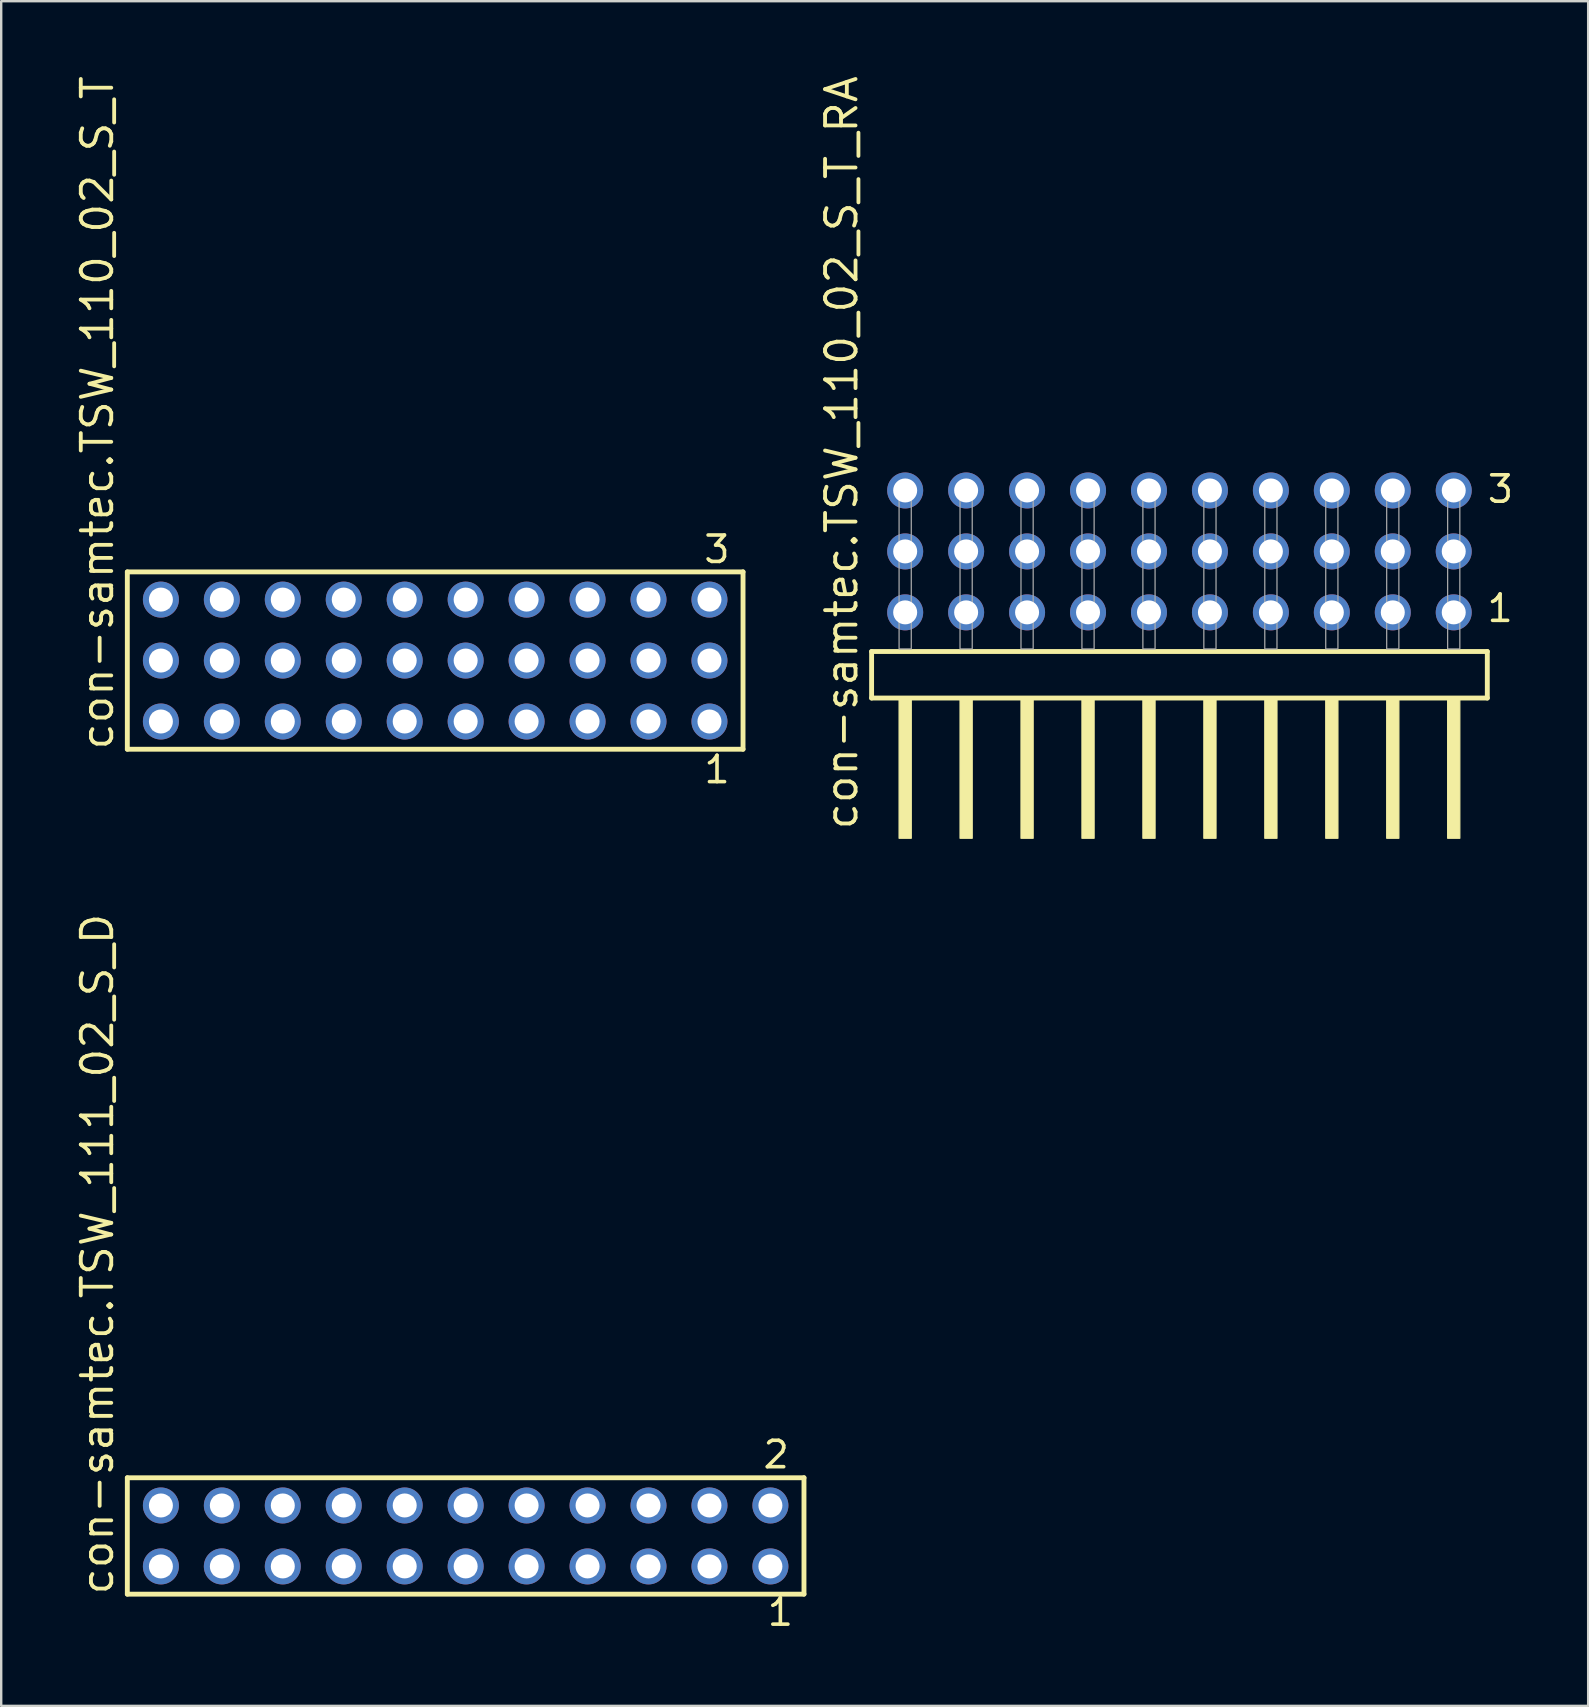
<source format=kicad_pcb>
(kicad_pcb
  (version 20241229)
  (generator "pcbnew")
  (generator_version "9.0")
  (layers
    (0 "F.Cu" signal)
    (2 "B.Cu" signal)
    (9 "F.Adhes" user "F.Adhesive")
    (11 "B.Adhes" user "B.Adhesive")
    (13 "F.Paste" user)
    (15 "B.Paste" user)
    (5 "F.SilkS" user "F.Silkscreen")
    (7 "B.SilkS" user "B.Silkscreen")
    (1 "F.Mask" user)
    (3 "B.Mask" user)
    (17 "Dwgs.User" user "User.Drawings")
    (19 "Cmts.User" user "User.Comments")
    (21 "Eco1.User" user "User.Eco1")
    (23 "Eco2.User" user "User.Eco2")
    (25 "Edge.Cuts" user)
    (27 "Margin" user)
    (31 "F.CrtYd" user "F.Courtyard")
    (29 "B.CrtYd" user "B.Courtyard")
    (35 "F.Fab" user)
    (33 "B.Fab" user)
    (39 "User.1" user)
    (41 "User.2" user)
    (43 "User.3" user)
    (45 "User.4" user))
  (footprint "con-samtec.TSW_110_02_S_T_RA"
    (layer "F.Cu")
    (at 46.101 23.993)
    (property "Reference" "con-samtec.TSW_110_02_S_T_RA" (at -13.335 7.62 90) (layer "F.SilkS") (effects (font (size 1.27 1.27) (thickness 0.16)) (justify left bottom)))
    (attr through_hole)
    (fp_line (start -12.829 0.106) (end -12.829 2.046) (stroke (width 0.203) (type default)) (layer "F.SilkS"))
    (fp_line (start -12.829 2.046) (end 12.829 2.046) (stroke (width 0.203) (type default)) (layer "F.SilkS"))
    (fp_line (start 12.829 0.106) (end -12.829 0.106) (stroke (width 0.203) (type default)) (layer "F.SilkS"))
    (fp_line (start 12.829 2.046) (end 12.829 0.106) (stroke (width 0.203) (type default)) (layer "F.SilkS"))
    (fp_rect (start -11.684 7.89) (end -11.176 2.04) (stroke (width 0.05) (type default)) (fill yes) (layer "F.SilkS"))
    (fp_rect (start -9.144 7.89) (end -8.636 2.04) (stroke (width 0.05) (type default)) (fill yes) (layer "F.SilkS"))
    (fp_rect (start -6.604 7.89) (end -6.096 2.04) (stroke (width 0.05) (type default)) (fill yes) (layer "F.SilkS"))
    (fp_rect (start -4.064 7.89) (end -3.556 2.04) (stroke (width 0.05) (type default)) (fill yes) (layer "F.SilkS"))
    (fp_rect (start -1.524 7.89) (end -1.016 2.04) (stroke (width 0.05) (type default)) (fill yes) (layer "F.SilkS"))
    (fp_rect (start 1.016 7.89) (end 1.524 2.04) (stroke (width 0.05) (type default)) (fill yes) (layer "F.SilkS"))
    (fp_rect (start 3.556 7.89) (end 4.064 2.04) (stroke (width 0.05) (type default)) (fill yes) (layer "F.SilkS"))
    (fp_rect (start 6.096 7.89) (end 6.604 2.04) (stroke (width 0.05) (type default)) (fill yes) (layer "F.SilkS"))
    (fp_rect (start 8.636 7.89) (end 9.144 2.04) (stroke (width 0.05) (type default)) (fill yes) (layer "F.SilkS"))
    (fp_rect (start 11.176 7.89) (end 11.684 2.04) (stroke (width 0.05) (type default)) (fill yes) (layer "F.SilkS"))
    (fp_rect (start -11.684 0) (end -11.176 -6.858) (stroke (width 0.05) (type default)) (fill no) (layer "F.Fab"))
    (fp_rect (start -9.144 0) (end -8.636 -6.858) (stroke (width 0.05) (type default)) (fill no) (layer "F.Fab"))
    (fp_rect (start -6.604 0) (end -6.096 -6.858) (stroke (width 0.05) (type default)) (fill no) (layer "F.Fab"))
    (fp_rect (start -4.064 0) (end -3.556 -6.858) (stroke (width 0.05) (type default)) (fill no) (layer "F.Fab"))
    (fp_rect (start -1.524 0) (end -1.016 -6.858) (stroke (width 0.05) (type default)) (fill no) (layer "F.Fab"))
    (fp_rect (start 1.016 0) (end 1.524 -6.858) (stroke (width 0.05) (type default)) (fill no) (layer "F.Fab"))
    (fp_rect (start 3.556 0) (end 4.064 -6.858) (stroke (width 0.05) (type default)) (fill no) (layer "F.Fab"))
    (fp_rect (start 6.096 0) (end 6.604 -6.858) (stroke (width 0.05) (type default)) (fill no) (layer "F.Fab"))
    (fp_rect (start 8.636 0) (end 9.144 -6.858) (stroke (width 0.05) (type default)) (fill no) (layer "F.Fab"))
    (fp_rect (start 11.176 0) (end 11.684 -6.858) (stroke (width 0.05) (type default)) (fill no) (layer "F.Fab"))
    (fp_text user "3" (at 12.755 -6.015 0) (layer "F.SilkS") (effects (font (size 1.1 1.1) (thickness 0.15)) (justify left bottom)))
    (fp_text user "1" (at 12.74 -1.05 0) (layer "F.SilkS") (effects (font (size 1.1 1.1) (thickness 0.15)) (justify left bottom)))
    (pad "1" thru_hole circle (at 11.43 -1.524 180) (size 1.5 1.5) (drill 1) (layers "*.Cu" "*.Mask"))
    (pad "2" thru_hole circle (at 11.43 -4.064 180) (size 1.5 1.5) (drill 1) (layers "*.Cu" "*.Mask"))
    (pad "3" thru_hole circle (at 11.43 -6.604 180) (size 1.5 1.5) (drill 1) (layers "*.Cu" "*.Mask"))
    (pad "4" thru_hole circle (at 8.89 -1.524 180) (size 1.5 1.5) (drill 1) (layers "*.Cu" "*.Mask"))
    (pad "5" thru_hole circle (at 8.89 -4.064 180) (size 1.5 1.5) (drill 1) (layers "*.Cu" "*.Mask"))
    (pad "6" thru_hole circle (at 8.89 -6.604 180) (size 1.5 1.5) (drill 1) (layers "*.Cu" "*.Mask"))
    (pad "7" thru_hole circle (at 6.35 -1.524 180) (size 1.5 1.5) (drill 1) (layers "*.Cu" "*.Mask"))
    (pad "8" thru_hole circle (at 6.35 -4.064 180) (size 1.5 1.5) (drill 1) (layers "*.Cu" "*.Mask"))
    (pad "9" thru_hole circle (at 6.35 -6.604 180) (size 1.5 1.5) (drill 1) (layers "*.Cu" "*.Mask"))
    (pad "10" thru_hole circle (at 3.81 -1.524 180) (size 1.5 1.5) (drill 1) (layers "*.Cu" "*.Mask"))
    (pad "11" thru_hole circle (at 3.81 -4.064 180) (size 1.5 1.5) (drill 1) (layers "*.Cu" "*.Mask"))
    (pad "12" thru_hole circle (at 3.81 -6.604 180) (size 1.5 1.5) (drill 1) (layers "*.Cu" "*.Mask"))
    (pad "13" thru_hole circle (at 1.27 -1.524 180) (size 1.5 1.5) (drill 1) (layers "*.Cu" "*.Mask"))
    (pad "14" thru_hole circle (at 1.27 -4.064 180) (size 1.5 1.5) (drill 1) (layers "*.Cu" "*.Mask"))
    (pad "15" thru_hole circle (at 1.27 -6.604 180) (size 1.5 1.5) (drill 1) (layers "*.Cu" "*.Mask"))
    (pad "16" thru_hole circle (at -1.27 -1.524 180) (size 1.5 1.5) (drill 1) (layers "*.Cu" "*.Mask"))
    (pad "17" thru_hole circle (at -1.27 -4.064 180) (size 1.5 1.5) (drill 1) (layers "*.Cu" "*.Mask"))
    (pad "18" thru_hole circle (at -1.27 -6.604 180) (size 1.5 1.5) (drill 1) (layers "*.Cu" "*.Mask"))
    (pad "19" thru_hole circle (at -3.81 -1.524 180) (size 1.5 1.5) (drill 1) (layers "*.Cu" "*.Mask"))
    (pad "20" thru_hole circle (at -3.81 -4.064 180) (size 1.5 1.5) (drill 1) (layers "*.Cu" "*.Mask"))
    (pad "21" thru_hole circle (at -3.81 -6.604 180) (size 1.5 1.5) (drill 1) (layers "*.Cu" "*.Mask"))
    (pad "22" thru_hole circle (at -6.35 -1.524 180) (size 1.5 1.5) (drill 1) (layers "*.Cu" "*.Mask"))
    (pad "23" thru_hole circle (at -6.35 -4.064 180) (size 1.5 1.5) (drill 1) (layers "*.Cu" "*.Mask"))
    (pad "24" thru_hole circle (at -6.35 -6.604 180) (size 1.5 1.5) (drill 1) (layers "*.Cu" "*.Mask"))
    (pad "25" thru_hole circle (at -8.89 -1.524 180) (size 1.5 1.5) (drill 1) (layers "*.Cu" "*.Mask"))
    (pad "26" thru_hole circle (at -8.89 -4.064 180) (size 1.5 1.5) (drill 1) (layers "*.Cu" "*.Mask"))
    (pad "27" thru_hole circle (at -8.89 -6.604 180) (size 1.5 1.5) (drill 1) (layers "*.Cu" "*.Mask"))
    (pad "28" thru_hole circle (at -11.43 -1.524 180) (size 1.5 1.5) (drill 1) (layers "*.Cu" "*.Mask"))
    (pad "29" thru_hole circle (at -11.43 -4.064 180) (size 1.5 1.5) (drill 1) (layers "*.Cu" "*.Mask"))
    (pad "30" thru_hole circle (at -11.43 -6.604 180) (size 1.5 1.5) (drill 1) (layers "*.Cu" "*.Mask")))
  (footprint "con-samtec.TSW_111_02_S_D"
    (layer "F.Cu")
    (at 16.355 60.957)
    (property "Reference" "con-samtec.TSW_111_02_S_D" (at -14.605 2.54 90) (layer "F.SilkS") (effects (font (size 1.27 1.27) (thickness 0.16)) (justify left bottom)))
    (attr through_hole)
    (fp_line (start -14.099 -2.425) (end 14.099 -2.425) (stroke (width 0.203) (type default)) (layer "F.SilkS"))
    (fp_line (start -14.099 2.425) (end -14.099 -2.425) (stroke (width 0.203) (type default)) (layer "F.SilkS"))
    (fp_line (start 14.099 -2.425) (end 14.099 2.425) (stroke (width 0.203) (type default)) (layer "F.SilkS"))
    (fp_line (start 14.099 2.425) (end -14.099 2.425) (stroke (width 0.203) (type default)) (layer "F.SilkS"))
    (fp_rect (start -13.05 -0.92) (end -12.35 -1.62) (stroke (width 0.05) (type default)) (fill no) (layer "F.Fab"))
    (fp_rect (start -13.05 1.62) (end -12.35 0.92) (stroke (width 0.05) (type default)) (fill no) (layer "F.Fab"))
    (fp_rect (start -10.51 -0.92) (end -9.81 -1.62) (stroke (width 0.05) (type default)) (fill no) (layer "F.Fab"))
    (fp_rect (start -10.51 1.62) (end -9.81 0.92) (stroke (width 0.05) (type default)) (fill no) (layer "F.Fab"))
    (fp_rect (start -7.97 -0.92) (end -7.27 -1.62) (stroke (width 0.05) (type default)) (fill no) (layer "F.Fab"))
    (fp_rect (start -7.97 1.62) (end -7.27 0.92) (stroke (width 0.05) (type default)) (fill no) (layer "F.Fab"))
    (fp_rect (start -5.43 -0.92) (end -4.73 -1.62) (stroke (width 0.05) (type default)) (fill no) (layer "F.Fab"))
    (fp_rect (start -5.43 1.62) (end -4.73 0.92) (stroke (width 0.05) (type default)) (fill no) (layer "F.Fab"))
    (fp_rect (start -2.89 -0.92) (end -2.19 -1.62) (stroke (width 0.05) (type default)) (fill no) (layer "F.Fab"))
    (fp_rect (start -2.89 1.62) (end -2.19 0.92) (stroke (width 0.05) (type default)) (fill no) (layer "F.Fab"))
    (fp_rect (start -0.35 -0.92) (end 0.35 -1.62) (stroke (width 0.05) (type default)) (fill no) (layer "F.Fab"))
    (fp_rect (start -0.35 1.62) (end 0.35 0.92) (stroke (width 0.05) (type default)) (fill no) (layer "F.Fab"))
    (fp_rect (start 2.19 -0.92) (end 2.89 -1.62) (stroke (width 0.05) (type default)) (fill no) (layer "F.Fab"))
    (fp_rect (start 2.19 1.62) (end 2.89 0.92) (stroke (width 0.05) (type default)) (fill no) (layer "F.Fab"))
    (fp_rect (start 4.73 -0.92) (end 5.43 -1.62) (stroke (width 0.05) (type default)) (fill no) (layer "F.Fab"))
    (fp_rect (start 4.73 1.62) (end 5.43 0.92) (stroke (width 0.05) (type default)) (fill no) (layer "F.Fab"))
    (fp_rect (start 7.27 -0.92) (end 7.97 -1.62) (stroke (width 0.05) (type default)) (fill no) (layer "F.Fab"))
    (fp_rect (start 7.27 1.62) (end 7.97 0.92) (stroke (width 0.05) (type default)) (fill no) (layer "F.Fab"))
    (fp_rect (start 9.81 -0.92) (end 10.51 -1.62) (stroke (width 0.05) (type default)) (fill no) (layer "F.Fab"))
    (fp_rect (start 9.81 1.62) (end 10.51 0.92) (stroke (width 0.05) (type default)) (fill no) (layer "F.Fab"))
    (fp_rect (start 12.35 -0.92) (end 13.05 -1.62) (stroke (width 0.05) (type default)) (fill no) (layer "F.Fab"))
    (fp_rect (start 12.35 1.62) (end 13.05 0.92) (stroke (width 0.05) (type default)) (fill no) (layer "F.Fab"))
    (fp_text user "2" (at 12.317 -2.744 0) (layer "F.SilkS") (effects (font (size 1.1 1.1) (thickness 0.15)) (justify left bottom)))
    (fp_text user "1" (at 12.492 3.818 0) (layer "F.SilkS") (effects (font (size 1.1 1.1) (thickness 0.15)) (justify left bottom)))
    (pad "1" thru_hole circle (at 12.7 1.27 180) (size 1.5 1.5) (drill 1) (layers "*.Cu" "*.Mask"))
    (pad "2" thru_hole circle (at 12.7 -1.27 180) (size 1.5 1.5) (drill 1) (layers "*.Cu" "*.Mask"))
    (pad "3" thru_hole circle (at 10.16 1.27 180) (size 1.5 1.5) (drill 1) (layers "*.Cu" "*.Mask"))
    (pad "4" thru_hole circle (at 10.16 -1.27 180) (size 1.5 1.5) (drill 1) (layers "*.Cu" "*.Mask"))
    (pad "5" thru_hole circle (at 7.62 1.27 180) (size 1.5 1.5) (drill 1) (layers "*.Cu" "*.Mask"))
    (pad "6" thru_hole circle (at 7.62 -1.27 180) (size 1.5 1.5) (drill 1) (layers "*.Cu" "*.Mask"))
    (pad "7" thru_hole circle (at 5.08 1.27 180) (size 1.5 1.5) (drill 1) (layers "*.Cu" "*.Mask"))
    (pad "8" thru_hole circle (at 5.08 -1.27 180) (size 1.5 1.5) (drill 1) (layers "*.Cu" "*.Mask"))
    (pad "9" thru_hole circle (at 2.54 1.27 180) (size 1.5 1.5) (drill 1) (layers "*.Cu" "*.Mask"))
    (pad "10" thru_hole circle (at 2.54 -1.27 180) (size 1.5 1.5) (drill 1) (layers "*.Cu" "*.Mask"))
    (pad "11" thru_hole circle (at 0 1.27 180) (size 1.5 1.5) (drill 1) (layers "*.Cu" "*.Mask"))
    (pad "12" thru_hole circle (at 0 -1.27 180) (size 1.5 1.5) (drill 1) (layers "*.Cu" "*.Mask"))
    (pad "13" thru_hole circle (at -2.54 1.27 180) (size 1.5 1.5) (drill 1) (layers "*.Cu" "*.Mask"))
    (pad "14" thru_hole circle (at -2.54 -1.27 180) (size 1.5 1.5) (drill 1) (layers "*.Cu" "*.Mask"))
    (pad "15" thru_hole circle (at -5.08 1.27 180) (size 1.5 1.5) (drill 1) (layers "*.Cu" "*.Mask"))
    (pad "16" thru_hole circle (at -5.08 -1.27 180) (size 1.5 1.5) (drill 1) (layers "*.Cu" "*.Mask"))
    (pad "17" thru_hole circle (at -7.62 1.27 180) (size 1.5 1.5) (drill 1) (layers "*.Cu" "*.Mask"))
    (pad "18" thru_hole circle (at -7.62 -1.27 180) (size 1.5 1.5) (drill 1) (layers "*.Cu" "*.Mask"))
    (pad "19" thru_hole circle (at -10.16 1.27 180) (size 1.5 1.5) (drill 1) (layers "*.Cu" "*.Mask"))
    (pad "20" thru_hole circle (at -10.16 -1.27 180) (size 1.5 1.5) (drill 1) (layers "*.Cu" "*.Mask"))
    (pad "21" thru_hole circle (at -12.7 1.27 180) (size 1.5 1.5) (drill 1) (layers "*.Cu" "*.Mask"))
    (pad "22" thru_hole circle (at -12.7 -1.27 180) (size 1.5 1.5) (drill 1) (layers "*.Cu" "*.Mask")))
  (footprint "con-samtec.TSW_110_02_S_T"
    (layer "F.Cu")
    (at 15.085 24.477)
    (property "Reference" "con-samtec.TSW_110_02_S_T" (at -13.335 3.81 90) (layer "F.SilkS") (effects (font (size 1.27 1.27) (thickness 0.16)) (justify left bottom)))
    (attr through_hole)
    (fp_line (start -12.829 -3.695) (end 12.829 -3.695) (stroke (width 0.203) (type default)) (layer "F.SilkS"))
    (fp_line (start -12.829 3.695) (end -12.829 -3.695) (stroke (width 0.203) (type default)) (layer "F.SilkS"))
    (fp_line (start 12.829 -3.695) (end 12.829 3.695) (stroke (width 0.203) (type default)) (layer "F.SilkS"))
    (fp_line (start 12.829 3.695) (end -12.829 3.695) (stroke (width 0.203) (type default)) (layer "F.SilkS"))
    (fp_rect (start -11.78 -2.19) (end -11.08 -2.89) (stroke (width 0.05) (type default)) (fill no) (layer "F.Fab"))
    (fp_rect (start -11.78 0.35) (end -11.08 -0.35) (stroke (width 0.05) (type default)) (fill no) (layer "F.Fab"))
    (fp_rect (start -11.78 2.89) (end -11.08 2.19) (stroke (width 0.05) (type default)) (fill no) (layer "F.Fab"))
    (fp_rect (start -9.24 -2.19) (end -8.54 -2.89) (stroke (width 0.05) (type default)) (fill no) (layer "F.Fab"))
    (fp_rect (start -9.24 0.35) (end -8.54 -0.35) (stroke (width 0.05) (type default)) (fill no) (layer "F.Fab"))
    (fp_rect (start -9.24 2.89) (end -8.54 2.19) (stroke (width 0.05) (type default)) (fill no) (layer "F.Fab"))
    (fp_rect (start -6.7 -2.19) (end -6 -2.89) (stroke (width 0.05) (type default)) (fill no) (layer "F.Fab"))
    (fp_rect (start -6.7 0.35) (end -6 -0.35) (stroke (width 0.05) (type default)) (fill no) (layer "F.Fab"))
    (fp_rect (start -6.7 2.89) (end -6 2.19) (stroke (width 0.05) (type default)) (fill no) (layer "F.Fab"))
    (fp_rect (start -4.16 -2.19) (end -3.46 -2.89) (stroke (width 0.05) (type default)) (fill no) (layer "F.Fab"))
    (fp_rect (start -4.16 0.35) (end -3.46 -0.35) (stroke (width 0.05) (type default)) (fill no) (layer "F.Fab"))
    (fp_rect (start -4.16 2.89) (end -3.46 2.19) (stroke (width 0.05) (type default)) (fill no) (layer "F.Fab"))
    (fp_rect (start -1.62 -2.19) (end -0.92 -2.89) (stroke (width 0.05) (type default)) (fill no) (layer "F.Fab"))
    (fp_rect (start -1.62 0.35) (end -0.92 -0.35) (stroke (width 0.05) (type default)) (fill no) (layer "F.Fab"))
    (fp_rect (start -1.62 2.89) (end -0.92 2.19) (stroke (width 0.05) (type default)) (fill no) (layer "F.Fab"))
    (fp_rect (start 0.92 -2.19) (end 1.62 -2.89) (stroke (width 0.05) (type default)) (fill no) (layer "F.Fab"))
    (fp_rect (start 0.92 0.35) (end 1.62 -0.35) (stroke (width 0.05) (type default)) (fill no) (layer "F.Fab"))
    (fp_rect (start 0.92 2.89) (end 1.62 2.19) (stroke (width 0.05) (type default)) (fill no) (layer "F.Fab"))
    (fp_rect (start 3.46 -2.19) (end 4.16 -2.89) (stroke (width 0.05) (type default)) (fill no) (layer "F.Fab"))
    (fp_rect (start 3.46 0.35) (end 4.16 -0.35) (stroke (width 0.05) (type default)) (fill no) (layer "F.Fab"))
    (fp_rect (start 3.46 2.89) (end 4.16 2.19) (stroke (width 0.05) (type default)) (fill no) (layer "F.Fab"))
    (fp_rect (start 6 -2.19) (end 6.7 -2.89) (stroke (width 0.05) (type default)) (fill no) (layer "F.Fab"))
    (fp_rect (start 6 0.35) (end 6.7 -0.35) (stroke (width 0.05) (type default)) (fill no) (layer "F.Fab"))
    (fp_rect (start 6 2.89) (end 6.7 2.19) (stroke (width 0.05) (type default)) (fill no) (layer "F.Fab"))
    (fp_rect (start 8.54 -2.19) (end 9.24 -2.89) (stroke (width 0.05) (type default)) (fill no) (layer "F.Fab"))
    (fp_rect (start 8.54 0.35) (end 9.24 -0.35) (stroke (width 0.05) (type default)) (fill no) (layer "F.Fab"))
    (fp_rect (start 8.54 2.89) (end 9.24 2.19) (stroke (width 0.05) (type default)) (fill no) (layer "F.Fab"))
    (fp_rect (start 11.08 -2.19) (end 11.78 -2.89) (stroke (width 0.05) (type default)) (fill no) (layer "F.Fab"))
    (fp_rect (start 11.08 0.35) (end 11.78 -0.35) (stroke (width 0.05) (type default)) (fill no) (layer "F.Fab"))
    (fp_rect (start 11.08 2.89) (end 11.78 2.19) (stroke (width 0.05) (type default)) (fill no) (layer "F.Fab"))
    (fp_text user "1" (at 11.122 5.188 0) (layer "F.SilkS") (effects (font (size 1.1 1.1) (thickness 0.15)) (justify left bottom)))
    (fp_text user "3" (at 11.118 -3.989 0) (layer "F.SilkS") (effects (font (size 1.1 1.1) (thickness 0.15)) (justify left bottom)))
    (pad "1" thru_hole circle (at 11.43 2.54 180) (size 1.5 1.5) (drill 1) (layers "*.Cu" "*.Mask"))
    (pad "2" thru_hole circle (at 11.43 0 180) (size 1.5 1.5) (drill 1) (layers "*.Cu" "*.Mask"))
    (pad "3" thru_hole circle (at 11.43 -2.54 180) (size 1.5 1.5) (drill 1) (layers "*.Cu" "*.Mask"))
    (pad "4" thru_hole circle (at 8.89 2.54 180) (size 1.5 1.5) (drill 1) (layers "*.Cu" "*.Mask"))
    (pad "5" thru_hole circle (at 8.89 0 180) (size 1.5 1.5) (drill 1) (layers "*.Cu" "*.Mask"))
    (pad "6" thru_hole circle (at 8.89 -2.54 180) (size 1.5 1.5) (drill 1) (layers "*.Cu" "*.Mask"))
    (pad "7" thru_hole circle (at 6.35 2.54 180) (size 1.5 1.5) (drill 1) (layers "*.Cu" "*.Mask"))
    (pad "8" thru_hole circle (at 6.35 0 180) (size 1.5 1.5) (drill 1) (layers "*.Cu" "*.Mask"))
    (pad "9" thru_hole circle (at 6.35 -2.54 180) (size 1.5 1.5) (drill 1) (layers "*.Cu" "*.Mask"))
    (pad "10" thru_hole circle (at 3.81 2.54 180) (size 1.5 1.5) (drill 1) (layers "*.Cu" "*.Mask"))
    (pad "11" thru_hole circle (at 3.81 0 180) (size 1.5 1.5) (drill 1) (layers "*.Cu" "*.Mask"))
    (pad "12" thru_hole circle (at 3.81 -2.54 180) (size 1.5 1.5) (drill 1) (layers "*.Cu" "*.Mask"))
    (pad "13" thru_hole circle (at 1.27 2.54 180) (size 1.5 1.5) (drill 1) (layers "*.Cu" "*.Mask"))
    (pad "14" thru_hole circle (at 1.27 0 180) (size 1.5 1.5) (drill 1) (layers "*.Cu" "*.Mask"))
    (pad "15" thru_hole circle (at 1.27 -2.54 180) (size 1.5 1.5) (drill 1) (layers "*.Cu" "*.Mask"))
    (pad "16" thru_hole circle (at -1.27 2.54 180) (size 1.5 1.5) (drill 1) (layers "*.Cu" "*.Mask"))
    (pad "17" thru_hole circle (at -1.27 0 180) (size 1.5 1.5) (drill 1) (layers "*.Cu" "*.Mask"))
    (pad "18" thru_hole circle (at -1.27 -2.54 180) (size 1.5 1.5) (drill 1) (layers "*.Cu" "*.Mask"))
    (pad "19" thru_hole circle (at -3.81 2.54 180) (size 1.5 1.5) (drill 1) (layers "*.Cu" "*.Mask"))
    (pad "20" thru_hole circle (at -3.81 0 180) (size 1.5 1.5) (drill 1) (layers "*.Cu" "*.Mask"))
    (pad "21" thru_hole circle (at -3.81 -2.54 180) (size 1.5 1.5) (drill 1) (layers "*.Cu" "*.Mask"))
    (pad "22" thru_hole circle (at -6.35 2.54 180) (size 1.5 1.5) (drill 1) (layers "*.Cu" "*.Mask"))
    (pad "23" thru_hole circle (at -6.35 0 180) (size 1.5 1.5) (drill 1) (layers "*.Cu" "*.Mask"))
    (pad "24" thru_hole circle (at -6.35 -2.54 180) (size 1.5 1.5) (drill 1) (layers "*.Cu" "*.Mask"))
    (pad "25" thru_hole circle (at -8.89 2.54 180) (size 1.5 1.5) (drill 1) (layers "*.Cu" "*.Mask"))
    (pad "26" thru_hole circle (at -8.89 0 180) (size 1.5 1.5) (drill 1) (layers "*.Cu" "*.Mask"))
    (pad "27" thru_hole circle (at -8.89 -2.54 180) (size 1.5 1.5) (drill 1) (layers "*.Cu" "*.Mask"))
    (pad "28" thru_hole circle (at -11.43 2.54 180) (size 1.5 1.5) (drill 1) (layers "*.Cu" "*.Mask"))
    (pad "29" thru_hole circle (at -11.43 0 180) (size 1.5 1.5) (drill 1) (layers "*.Cu" "*.Mask"))
    (pad "30" thru_hole circle (at -11.43 -2.54 180) (size 1.5 1.5) (drill 1) (layers "*.Cu" "*.Mask")))
  (gr_rect
    (start -3 -3)
    (end 63.133 68.039)
    (stroke (width 0.1) (type default))
    (fill no)
    (layer "Edge.Cuts")))
</source>
